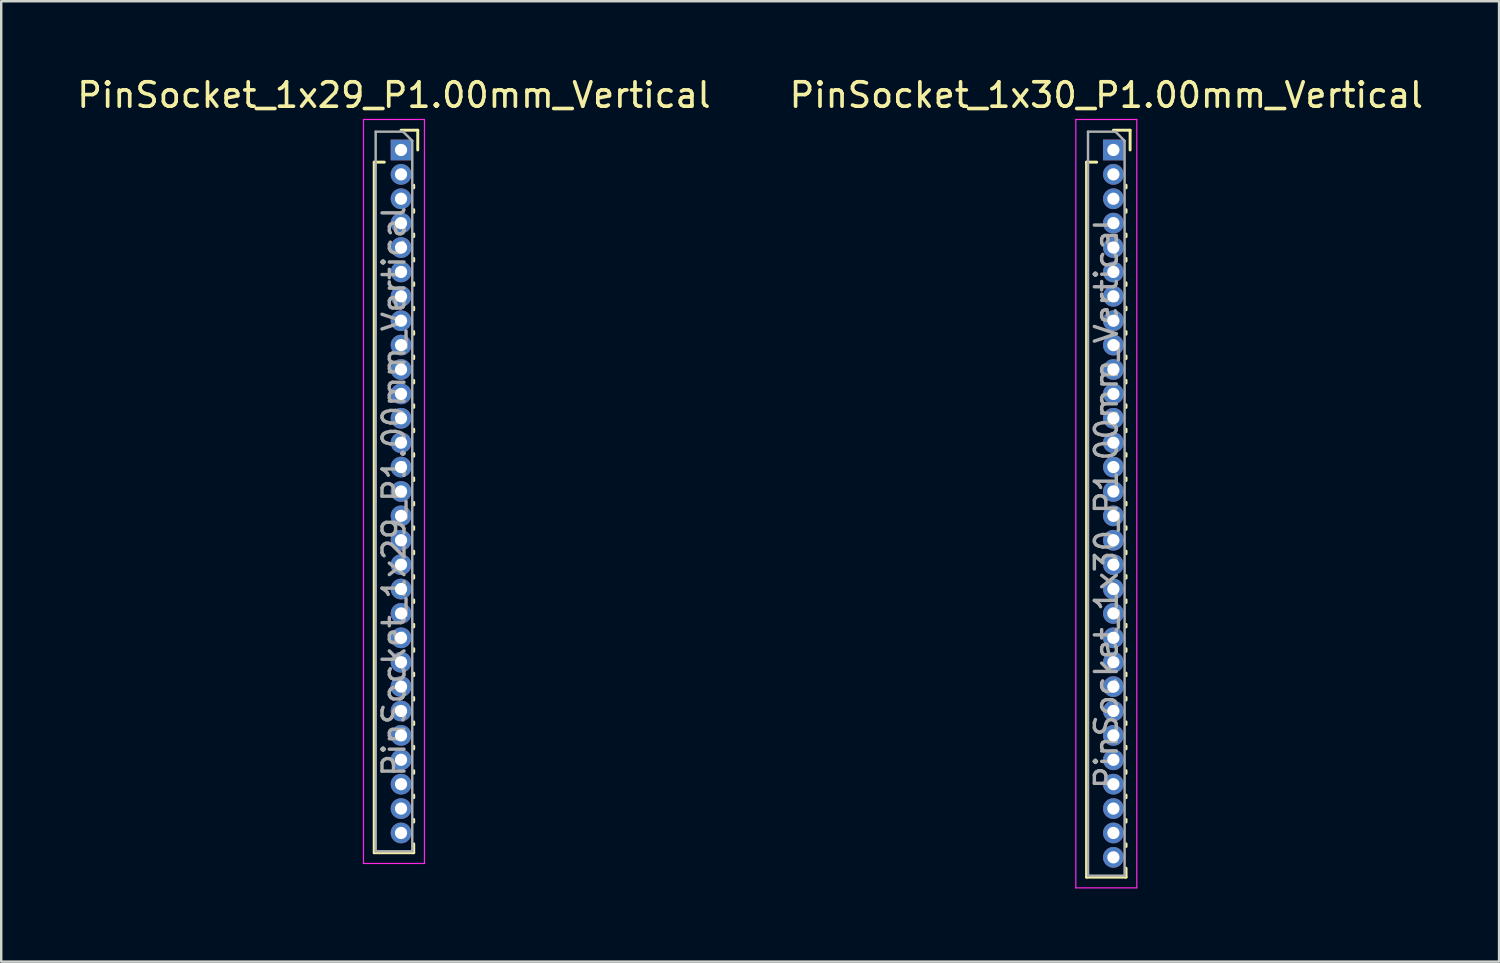
<source format=kicad_pcb>
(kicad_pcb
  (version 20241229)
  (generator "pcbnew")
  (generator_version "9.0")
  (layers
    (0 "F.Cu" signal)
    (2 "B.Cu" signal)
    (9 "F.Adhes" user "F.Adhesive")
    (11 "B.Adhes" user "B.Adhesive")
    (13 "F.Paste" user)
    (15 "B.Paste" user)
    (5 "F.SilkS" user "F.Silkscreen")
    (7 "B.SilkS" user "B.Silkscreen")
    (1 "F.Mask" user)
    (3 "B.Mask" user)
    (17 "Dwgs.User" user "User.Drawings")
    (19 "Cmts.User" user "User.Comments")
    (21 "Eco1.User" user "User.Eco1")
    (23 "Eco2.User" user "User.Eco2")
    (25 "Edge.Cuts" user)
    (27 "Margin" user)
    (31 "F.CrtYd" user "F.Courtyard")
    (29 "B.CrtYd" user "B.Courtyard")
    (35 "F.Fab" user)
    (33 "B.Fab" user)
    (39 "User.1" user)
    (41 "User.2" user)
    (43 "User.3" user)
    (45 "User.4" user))
  (footprint "PinSocket_1x30_P1.00mm_Vertical"
    (layer "F.Cu")
    (at 42.594 3.098)
    (property "Reference" "PinSocket_1x30_P1.00mm_Vertical" (at -0.29 -2.25 0) (layer "F.SilkS") (effects (font (size 1 1) (thickness 0.15))))
    (attr through_hole)
    (fp_line (start -1.1 0.5) (end -1.1 29.81) (stroke (width 0.12) (type solid)) (layer "F.SilkS"))
    (fp_line (start -1.1 0.5) (end -0.685 0.5) (stroke (width 0.12) (type solid)) (layer "F.SilkS"))
    (fp_line (start -1.1 29.81) (end 0.52 29.81) (stroke (width 0.12) (type solid)) (layer "F.SilkS"))
    (fp_line (start 0 -0.81) (end 0.685 -0.81) (stroke (width 0.12) (type solid)) (layer "F.SilkS"))
    (fp_line (start 0.52 1.446) (end 0.52 1.554) (stroke (width 0.12) (type solid)) (layer "F.SilkS"))
    (fp_line (start 0.52 2.446) (end 0.52 2.554) (stroke (width 0.12) (type solid)) (layer "F.SilkS"))
    (fp_line (start 0.52 3.446) (end 0.52 3.554) (stroke (width 0.12) (type solid)) (layer "F.SilkS"))
    (fp_line (start 0.52 4.446) (end 0.52 4.554) (stroke (width 0.12) (type solid)) (layer "F.SilkS"))
    (fp_line (start 0.52 5.446) (end 0.52 5.554) (stroke (width 0.12) (type solid)) (layer "F.SilkS"))
    (fp_line (start 0.52 6.446) (end 0.52 6.554) (stroke (width 0.12) (type solid)) (layer "F.SilkS"))
    (fp_line (start 0.52 7.446) (end 0.52 7.554) (stroke (width 0.12) (type solid)) (layer "F.SilkS"))
    (fp_line (start 0.52 8.446) (end 0.52 8.554) (stroke (width 0.12) (type solid)) (layer "F.SilkS"))
    (fp_line (start 0.52 9.446) (end 0.52 9.554) (stroke (width 0.12) (type solid)) (layer "F.SilkS"))
    (fp_line (start 0.52 10.446) (end 0.52 10.554) (stroke (width 0.12) (type solid)) (layer "F.SilkS"))
    (fp_line (start 0.52 11.446) (end 0.52 11.554) (stroke (width 0.12) (type solid)) (layer "F.SilkS"))
    (fp_line (start 0.52 12.446) (end 0.52 12.554) (stroke (width 0.12) (type solid)) (layer "F.SilkS"))
    (fp_line (start 0.52 13.446) (end 0.52 13.554) (stroke (width 0.12) (type solid)) (layer "F.SilkS"))
    (fp_line (start 0.52 14.446) (end 0.52 14.554) (stroke (width 0.12) (type solid)) (layer "F.SilkS"))
    (fp_line (start 0.52 15.446) (end 0.52 15.554) (stroke (width 0.12) (type solid)) (layer "F.SilkS"))
    (fp_line (start 0.52 16.446) (end 0.52 16.554) (stroke (width 0.12) (type solid)) (layer "F.SilkS"))
    (fp_line (start 0.52 17.446) (end 0.52 17.554) (stroke (width 0.12) (type solid)) (layer "F.SilkS"))
    (fp_line (start 0.52 18.446) (end 0.52 18.554) (stroke (width 0.12) (type solid)) (layer "F.SilkS"))
    (fp_line (start 0.52 19.446) (end 0.52 19.554) (stroke (width 0.12) (type solid)) (layer "F.SilkS"))
    (fp_line (start 0.52 20.446) (end 0.52 20.554) (stroke (width 0.12) (type solid)) (layer "F.SilkS"))
    (fp_line (start 0.52 21.446) (end 0.52 21.554) (stroke (width 0.12) (type solid)) (layer "F.SilkS"))
    (fp_line (start 0.52 22.446) (end 0.52 22.554) (stroke (width 0.12) (type solid)) (layer "F.SilkS"))
    (fp_line (start 0.52 23.446) (end 0.52 23.554) (stroke (width 0.12) (type solid)) (layer "F.SilkS"))
    (fp_line (start 0.52 24.446) (end 0.52 24.554) (stroke (width 0.12) (type solid)) (layer "F.SilkS"))
    (fp_line (start 0.52 25.446) (end 0.52 25.554) (stroke (width 0.12) (type solid)) (layer "F.SilkS"))
    (fp_line (start 0.52 26.446) (end 0.52 26.554) (stroke (width 0.12) (type solid)) (layer "F.SilkS"))
    (fp_line (start 0.52 27.446) (end 0.52 27.554) (stroke (width 0.12) (type solid)) (layer "F.SilkS"))
    (fp_line (start 0.52 28.446) (end 0.52 28.554) (stroke (width 0.12) (type solid)) (layer "F.SilkS"))
    (fp_line (start 0.52 29.446) (end 0.52 29.81) (stroke (width 0.12) (type solid)) (layer "F.SilkS"))
    (fp_line (start 0.685 -0.81) (end 0.685 0) (stroke (width 0.12) (type solid)) (layer "F.SilkS"))
    (fp_line (start -1.54 -1.25) (end 0.96 -1.25) (stroke (width 0.05) (type solid)) (layer "F.CrtYd"))
    (fp_line (start -1.54 30.25) (end -1.54 -1.25) (stroke (width 0.05) (type solid)) (layer "F.CrtYd"))
    (fp_line (start 0.96 -1.25) (end 0.96 30.25) (stroke (width 0.05) (type solid)) (layer "F.CrtYd"))
    (fp_line (start 0.96 30.25) (end -1.54 30.25) (stroke (width 0.05) (type solid)) (layer "F.CrtYd"))
    (fp_line (start -1.04 -0.75) (end 0.085 -0.75) (stroke (width 0.1) (type solid)) (layer "F.Fab"))
    (fp_line (start -1.04 29.75) (end -1.04 -0.75) (stroke (width 0.1) (type solid)) (layer "F.Fab"))
    (fp_line (start 0.085 -0.75) (end 0.46 -0.375) (stroke (width 0.1) (type solid)) (layer "F.Fab"))
    (fp_line (start 0.46 -0.375) (end 0.46 29.75) (stroke (width 0.1) (type solid)) (layer "F.Fab"))
    (fp_line (start 0.46 29.75) (end -1.04 29.75) (stroke (width 0.1) (type solid)) (layer "F.Fab"))
    (fp_text user "${REFERENCE}" (at -0.29 14.5 90) (layer "F.Fab") (effects (font (size 0.9 0.9) (thickness 0.14))))
    (pad "1" thru_hole rect (at 0 0) (size 0.85 0.85) (drill 0.5) (layers "*.Cu" "*.Mask"))
    (pad "2" thru_hole oval (at 0 1) (size 0.85 0.85) (drill 0.5) (layers "*.Cu" "*.Mask"))
    (pad "3" thru_hole oval (at 0 2) (size 0.85 0.85) (drill 0.5) (layers "*.Cu" "*.Mask"))
    (pad "4" thru_hole oval (at 0 3) (size 0.85 0.85) (drill 0.5) (layers "*.Cu" "*.Mask"))
    (pad "5" thru_hole oval (at 0 4) (size 0.85 0.85) (drill 0.5) (layers "*.Cu" "*.Mask"))
    (pad "6" thru_hole oval (at 0 5) (size 0.85 0.85) (drill 0.5) (layers "*.Cu" "*.Mask"))
    (pad "7" thru_hole oval (at 0 6) (size 0.85 0.85) (drill 0.5) (layers "*.Cu" "*.Mask"))
    (pad "8" thru_hole oval (at 0 7) (size 0.85 0.85) (drill 0.5) (layers "*.Cu" "*.Mask"))
    (pad "9" thru_hole oval (at 0 8) (size 0.85 0.85) (drill 0.5) (layers "*.Cu" "*.Mask"))
    (pad "10" thru_hole oval (at 0 9) (size 0.85 0.85) (drill 0.5) (layers "*.Cu" "*.Mask"))
    (pad "11" thru_hole oval (at 0 10) (size 0.85 0.85) (drill 0.5) (layers "*.Cu" "*.Mask"))
    (pad "12" thru_hole oval (at 0 11) (size 0.85 0.85) (drill 0.5) (layers "*.Cu" "*.Mask"))
    (pad "13" thru_hole oval (at 0 12) (size 0.85 0.85) (drill 0.5) (layers "*.Cu" "*.Mask"))
    (pad "14" thru_hole oval (at 0 13) (size 0.85 0.85) (drill 0.5) (layers "*.Cu" "*.Mask"))
    (pad "15" thru_hole oval (at 0 14) (size 0.85 0.85) (drill 0.5) (layers "*.Cu" "*.Mask"))
    (pad "16" thru_hole oval (at 0 15) (size 0.85 0.85) (drill 0.5) (layers "*.Cu" "*.Mask"))
    (pad "17" thru_hole oval (at 0 16) (size 0.85 0.85) (drill 0.5) (layers "*.Cu" "*.Mask"))
    (pad "18" thru_hole oval (at 0 17) (size 0.85 0.85) (drill 0.5) (layers "*.Cu" "*.Mask"))
    (pad "19" thru_hole oval (at 0 18) (size 0.85 0.85) (drill 0.5) (layers "*.Cu" "*.Mask"))
    (pad "20" thru_hole oval (at 0 19) (size 0.85 0.85) (drill 0.5) (layers "*.Cu" "*.Mask"))
    (pad "21" thru_hole oval (at 0 20) (size 0.85 0.85) (drill 0.5) (layers "*.Cu" "*.Mask"))
    (pad "22" thru_hole oval (at 0 21) (size 0.85 0.85) (drill 0.5) (layers "*.Cu" "*.Mask"))
    (pad "23" thru_hole oval (at 0 22) (size 0.85 0.85) (drill 0.5) (layers "*.Cu" "*.Mask"))
    (pad "24" thru_hole oval (at 0 23) (size 0.85 0.85) (drill 0.5) (layers "*.Cu" "*.Mask"))
    (pad "25" thru_hole oval (at 0 24) (size 0.85 0.85) (drill 0.5) (layers "*.Cu" "*.Mask"))
    (pad "26" thru_hole oval (at 0 25) (size 0.85 0.85) (drill 0.5) (layers "*.Cu" "*.Mask"))
    (pad "27" thru_hole oval (at 0 26) (size 0.85 0.85) (drill 0.5) (layers "*.Cu" "*.Mask"))
    (pad "28" thru_hole oval (at 0 27) (size 0.85 0.85) (drill 0.5) (layers "*.Cu" "*.Mask"))
    (pad "29" thru_hole oval (at 0 28) (size 0.85 0.85) (drill 0.5) (layers "*.Cu" "*.Mask"))
    (pad "30" thru_hole oval (at 0 29) (size 0.85 0.85) (drill 0.5) (layers "*.Cu" "*.Mask")))
  (footprint "PinSocket_1x29_P1.00mm_Vertical"
    (layer "F.Cu")
    (at 13.391 3.098)
    (property "Reference" "PinSocket_1x29_P1.00mm_Vertical" (at -0.29 -2.25 0) (layer "F.SilkS") (effects (font (size 1 1) (thickness 0.15))))
    (attr through_hole)
    (fp_line (start -1.1 0.5) (end -1.1 28.81) (stroke (width 0.12) (type solid)) (layer "F.SilkS"))
    (fp_line (start -1.1 0.5) (end -0.685 0.5) (stroke (width 0.12) (type solid)) (layer "F.SilkS"))
    (fp_line (start -1.1 28.81) (end 0.52 28.81) (stroke (width 0.12) (type solid)) (layer "F.SilkS"))
    (fp_line (start 0 -0.81) (end 0.685 -0.81) (stroke (width 0.12) (type solid)) (layer "F.SilkS"))
    (fp_line (start 0.52 1.446) (end 0.52 1.554) (stroke (width 0.12) (type solid)) (layer "F.SilkS"))
    (fp_line (start 0.52 2.446) (end 0.52 2.554) (stroke (width 0.12) (type solid)) (layer "F.SilkS"))
    (fp_line (start 0.52 3.446) (end 0.52 3.554) (stroke (width 0.12) (type solid)) (layer "F.SilkS"))
    (fp_line (start 0.52 4.446) (end 0.52 4.554) (stroke (width 0.12) (type solid)) (layer "F.SilkS"))
    (fp_line (start 0.52 5.446) (end 0.52 5.554) (stroke (width 0.12) (type solid)) (layer "F.SilkS"))
    (fp_line (start 0.52 6.446) (end 0.52 6.554) (stroke (width 0.12) (type solid)) (layer "F.SilkS"))
    (fp_line (start 0.52 7.446) (end 0.52 7.554) (stroke (width 0.12) (type solid)) (layer "F.SilkS"))
    (fp_line (start 0.52 8.446) (end 0.52 8.554) (stroke (width 0.12) (type solid)) (layer "F.SilkS"))
    (fp_line (start 0.52 9.446) (end 0.52 9.554) (stroke (width 0.12) (type solid)) (layer "F.SilkS"))
    (fp_line (start 0.52 10.446) (end 0.52 10.554) (stroke (width 0.12) (type solid)) (layer "F.SilkS"))
    (fp_line (start 0.52 11.446) (end 0.52 11.554) (stroke (width 0.12) (type solid)) (layer "F.SilkS"))
    (fp_line (start 0.52 12.446) (end 0.52 12.554) (stroke (width 0.12) (type solid)) (layer "F.SilkS"))
    (fp_line (start 0.52 13.446) (end 0.52 13.554) (stroke (width 0.12) (type solid)) (layer "F.SilkS"))
    (fp_line (start 0.52 14.446) (end 0.52 14.554) (stroke (width 0.12) (type solid)) (layer "F.SilkS"))
    (fp_line (start 0.52 15.446) (end 0.52 15.554) (stroke (width 0.12) (type solid)) (layer "F.SilkS"))
    (fp_line (start 0.52 16.446) (end 0.52 16.554) (stroke (width 0.12) (type solid)) (layer "F.SilkS"))
    (fp_line (start 0.52 17.446) (end 0.52 17.554) (stroke (width 0.12) (type solid)) (layer "F.SilkS"))
    (fp_line (start 0.52 18.446) (end 0.52 18.554) (stroke (width 0.12) (type solid)) (layer "F.SilkS"))
    (fp_line (start 0.52 19.446) (end 0.52 19.554) (stroke (width 0.12) (type solid)) (layer "F.SilkS"))
    (fp_line (start 0.52 20.446) (end 0.52 20.554) (stroke (width 0.12) (type solid)) (layer "F.SilkS"))
    (fp_line (start 0.52 21.446) (end 0.52 21.554) (stroke (width 0.12) (type solid)) (layer "F.SilkS"))
    (fp_line (start 0.52 22.446) (end 0.52 22.554) (stroke (width 0.12) (type solid)) (layer "F.SilkS"))
    (fp_line (start 0.52 23.446) (end 0.52 23.554) (stroke (width 0.12) (type solid)) (layer "F.SilkS"))
    (fp_line (start 0.52 24.446) (end 0.52 24.554) (stroke (width 0.12) (type solid)) (layer "F.SilkS"))
    (fp_line (start 0.52 25.446) (end 0.52 25.554) (stroke (width 0.12) (type solid)) (layer "F.SilkS"))
    (fp_line (start 0.52 26.446) (end 0.52 26.554) (stroke (width 0.12) (type solid)) (layer "F.SilkS"))
    (fp_line (start 0.52 27.446) (end 0.52 27.554) (stroke (width 0.12) (type solid)) (layer "F.SilkS"))
    (fp_line (start 0.52 28.446) (end 0.52 28.81) (stroke (width 0.12) (type solid)) (layer "F.SilkS"))
    (fp_line (start 0.685 -0.81) (end 0.685 0) (stroke (width 0.12) (type solid)) (layer "F.SilkS"))
    (fp_line (start -1.54 -1.25) (end 0.96 -1.25) (stroke (width 0.05) (type solid)) (layer "F.CrtYd"))
    (fp_line (start -1.54 29.25) (end -1.54 -1.25) (stroke (width 0.05) (type solid)) (layer "F.CrtYd"))
    (fp_line (start 0.96 -1.25) (end 0.96 29.25) (stroke (width 0.05) (type solid)) (layer "F.CrtYd"))
    (fp_line (start 0.96 29.25) (end -1.54 29.25) (stroke (width 0.05) (type solid)) (layer "F.CrtYd"))
    (fp_line (start -1.04 -0.75) (end 0.085 -0.75) (stroke (width 0.1) (type solid)) (layer "F.Fab"))
    (fp_line (start -1.04 28.75) (end -1.04 -0.75) (stroke (width 0.1) (type solid)) (layer "F.Fab"))
    (fp_line (start 0.085 -0.75) (end 0.46 -0.375) (stroke (width 0.1) (type solid)) (layer "F.Fab"))
    (fp_line (start 0.46 -0.375) (end 0.46 28.75) (stroke (width 0.1) (type solid)) (layer "F.Fab"))
    (fp_line (start 0.46 28.75) (end -1.04 28.75) (stroke (width 0.1) (type solid)) (layer "F.Fab"))
    (fp_text user "${REFERENCE}" (at -0.29 14 90) (layer "F.Fab") (effects (font (size 0.9 0.9) (thickness 0.14))))
    (pad "1" thru_hole rect (at 0 0) (size 0.85 0.85) (drill 0.5) (layers "*.Cu" "*.Mask"))
    (pad "2" thru_hole oval (at 0 1) (size 0.85 0.85) (drill 0.5) (layers "*.Cu" "*.Mask"))
    (pad "3" thru_hole oval (at 0 2) (size 0.85 0.85) (drill 0.5) (layers "*.Cu" "*.Mask"))
    (pad "4" thru_hole oval (at 0 3) (size 0.85 0.85) (drill 0.5) (layers "*.Cu" "*.Mask"))
    (pad "5" thru_hole oval (at 0 4) (size 0.85 0.85) (drill 0.5) (layers "*.Cu" "*.Mask"))
    (pad "6" thru_hole oval (at 0 5) (size 0.85 0.85) (drill 0.5) (layers "*.Cu" "*.Mask"))
    (pad "7" thru_hole oval (at 0 6) (size 0.85 0.85) (drill 0.5) (layers "*.Cu" "*.Mask"))
    (pad "8" thru_hole oval (at 0 7) (size 0.85 0.85) (drill 0.5) (layers "*.Cu" "*.Mask"))
    (pad "9" thru_hole oval (at 0 8) (size 0.85 0.85) (drill 0.5) (layers "*.Cu" "*.Mask"))
    (pad "10" thru_hole oval (at 0 9) (size 0.85 0.85) (drill 0.5) (layers "*.Cu" "*.Mask"))
    (pad "11" thru_hole oval (at 0 10) (size 0.85 0.85) (drill 0.5) (layers "*.Cu" "*.Mask"))
    (pad "12" thru_hole oval (at 0 11) (size 0.85 0.85) (drill 0.5) (layers "*.Cu" "*.Mask"))
    (pad "13" thru_hole oval (at 0 12) (size 0.85 0.85) (drill 0.5) (layers "*.Cu" "*.Mask"))
    (pad "14" thru_hole oval (at 0 13) (size 0.85 0.85) (drill 0.5) (layers "*.Cu" "*.Mask"))
    (pad "15" thru_hole oval (at 0 14) (size 0.85 0.85) (drill 0.5) (layers "*.Cu" "*.Mask"))
    (pad "16" thru_hole oval (at 0 15) (size 0.85 0.85) (drill 0.5) (layers "*.Cu" "*.Mask"))
    (pad "17" thru_hole oval (at 0 16) (size 0.85 0.85) (drill 0.5) (layers "*.Cu" "*.Mask"))
    (pad "18" thru_hole oval (at 0 17) (size 0.85 0.85) (drill 0.5) (layers "*.Cu" "*.Mask"))
    (pad "19" thru_hole oval (at 0 18) (size 0.85 0.85) (drill 0.5) (layers "*.Cu" "*.Mask"))
    (pad "20" thru_hole oval (at 0 19) (size 0.85 0.85) (drill 0.5) (layers "*.Cu" "*.Mask"))
    (pad "21" thru_hole oval (at 0 20) (size 0.85 0.85) (drill 0.5) (layers "*.Cu" "*.Mask"))
    (pad "22" thru_hole oval (at 0 21) (size 0.85 0.85) (drill 0.5) (layers "*.Cu" "*.Mask"))
    (pad "23" thru_hole oval (at 0 22) (size 0.85 0.85) (drill 0.5) (layers "*.Cu" "*.Mask"))
    (pad "24" thru_hole oval (at 0 23) (size 0.85 0.85) (drill 0.5) (layers "*.Cu" "*.Mask"))
    (pad "25" thru_hole oval (at 0 24) (size 0.85 0.85) (drill 0.5) (layers "*.Cu" "*.Mask"))
    (pad "26" thru_hole oval (at 0 25) (size 0.85 0.85) (drill 0.5) (layers "*.Cu" "*.Mask"))
    (pad "27" thru_hole oval (at 0 26) (size 0.85 0.85) (drill 0.5) (layers "*.Cu" "*.Mask"))
    (pad "28" thru_hole oval (at 0 27) (size 0.85 0.85) (drill 0.5) (layers "*.Cu" "*.Mask"))
    (pad "29" thru_hole oval (at 0 28) (size 0.85 0.85) (drill 0.5) (layers "*.Cu" "*.Mask")))
  (gr_rect
    (start -3 -3)
    (end 58.405 36.373)
    (stroke (width 0.1) (type default))
    (fill no)
    (layer "Edge.Cuts")))
</source>
